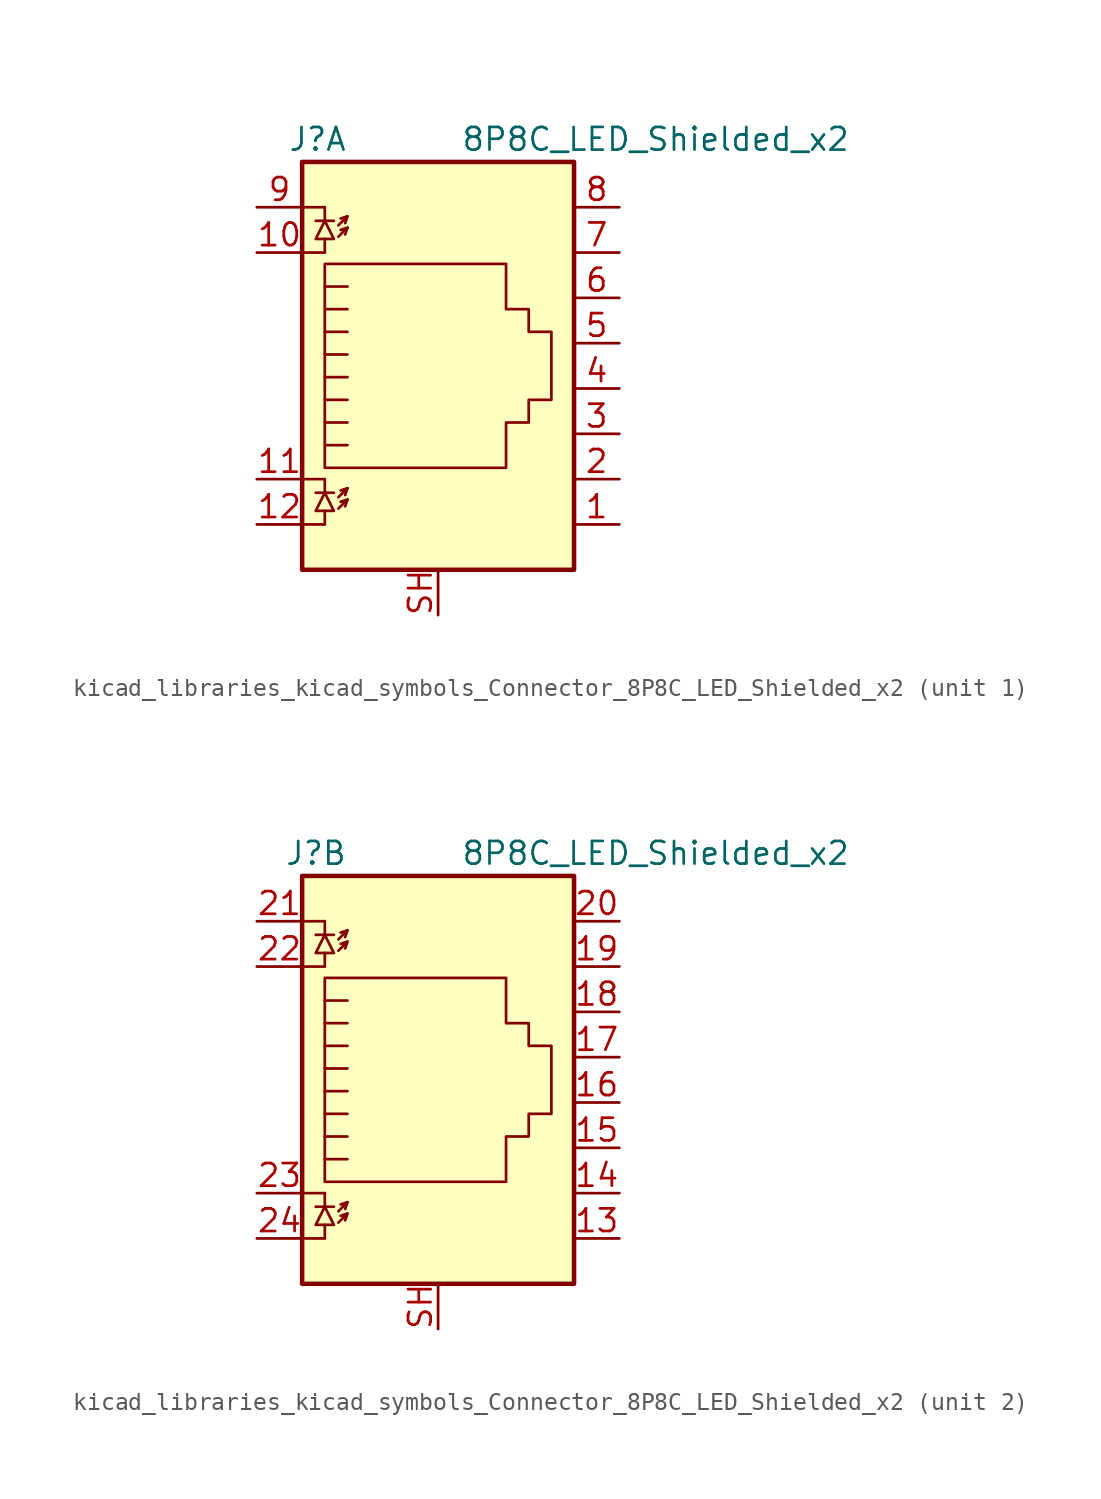
<source format=kicad_sym>
(kicad_symbol_lib
  (version 20220914)
  (generator kicad_symbol_editor)
  (symbol "kicad_libraries_kicad_symbols_Connector_8P8C_LED_Shielded_x2"
    (property "Reference" "J"
      (at -5.08 13.97 0)
      (effects (font (size 1.27 1.27)) (justify right)))
    (property "Value" "8P8C_LED_Shielded_x2"
      (at 1.27 13.97 0)
      (effects (font (size 1.27 1.27)) (justify left)))
    (symbol "kicad_libraries_kicad_symbols_Connector_8P8C_LED_Shielded_x2_0_1"
      (polyline (pts (xy -7.62 -7.62) (xy -6.35 -7.62)) (stroke (width 0) (type default)) (fill (type none)))
      (polyline (pts (xy -7.62 -5.08) (xy -6.35 -5.08)) (stroke (width 0) (type default)) (fill (type none)))
      (polyline (pts (xy -7.62 7.62) (xy -6.35 7.62)) (stroke (width 0) (type default)) (fill (type none)))
      (polyline (pts (xy -7.62 10.16) (xy -6.35 10.16)) (stroke (width 0) (type default)) (fill (type none)))
      (polyline (pts (xy -6.858 -5.842) (xy -5.842 -5.842)) (stroke (width 0) (type default)) (fill (type none)))
      (polyline (pts (xy -6.858 9.398) (xy -5.842 9.398)) (stroke (width 0) (type default)) (fill (type none)))
      (polyline (pts (xy -6.35 -7.62) (xy -6.35 -6.858)) (stroke (width 0) (type default)) (fill (type none)))
      (polyline (pts (xy -6.35 -5.08) (xy -6.35 -5.842)) (stroke (width 0) (type default)) (fill (type none)))
      (polyline (pts (xy -6.35 7.62) (xy -6.35 8.382)) (stroke (width 0) (type default)) (fill (type none)))
      (polyline (pts (xy -6.35 10.16) (xy -6.35 9.398)) (stroke (width 0) (type default)) (fill (type none)))
      (polyline (pts (xy -5.08 -6.223) (xy -5.207 -6.604)) (stroke (width 0) (type default)) (fill (type none)))
      (polyline (pts (xy -5.08 -5.588) (xy -5.207 -5.969)) (stroke (width 0) (type default)) (fill (type none)))
      (polyline (pts (xy -5.08 4.445) (xy -6.35 4.445)) (stroke (width 0) (type default)) (fill (type none)))
      (polyline (pts (xy -5.08 5.715) (xy -6.35 5.715)) (stroke (width 0) (type default)) (fill (type none)))
      (polyline (pts (xy -5.08 9.017) (xy -5.207 8.636)) (stroke (width 0) (type default)) (fill (type none)))
      (polyline (pts (xy -5.08 9.652) (xy -5.207 9.271)) (stroke (width 0) (type default)) (fill (type none)))
      (polyline (pts (xy -6.35 -3.175) (xy -5.08 -3.175) (xy -5.08 -3.175)) (stroke (width 0) (type default)) (fill (type none)))
      (polyline (pts (xy -6.35 -1.905) (xy -5.08 -1.905) (xy -5.08 -1.905)) (stroke (width 0) (type default)) (fill (type none)))
      (polyline (pts (xy -6.35 -0.635) (xy -5.08 -0.635) (xy -5.08 -0.635)) (stroke (width 0) (type default)) (fill (type none)))
      (polyline (pts (xy -6.35 0.635) (xy -5.08 0.635) (xy -5.08 0.635)) (stroke (width 0) (type default)) (fill (type none)))
      (polyline (pts (xy -6.35 1.905) (xy -5.08 1.905) (xy -5.08 1.905)) (stroke (width 0) (type default)) (fill (type none)))
      (polyline (pts (xy -5.588 -6.731) (xy -5.08 -6.223) (xy -5.461 -6.35)) (stroke (width 0) (type default)) (fill (type none)))
      (polyline (pts (xy -5.588 -6.096) (xy -5.08 -5.588) (xy -5.461 -5.715)) (stroke (width 0) (type default)) (fill (type none)))
      (polyline (pts (xy -5.588 8.509) (xy -5.08 9.017) (xy -5.461 8.89)) (stroke (width 0) (type default)) (fill (type none)))
      (polyline (pts (xy -5.588 9.144) (xy -5.08 9.652) (xy -5.461 9.525)) (stroke (width 0) (type default)) (fill (type none)))
      (polyline (pts (xy -5.08 3.175) (xy -6.35 3.175) (xy -6.35 3.175)) (stroke (width 0) (type default)) (fill (type none)))
      (polyline (pts (xy -6.35 -5.842) (xy -6.858 -6.858) (xy -5.842 -6.858) (xy -6.35 -5.842)) (stroke (width 0) (type default)) (fill (type none)))
      (polyline (pts (xy -6.35 9.398) (xy -6.858 8.382) (xy -5.842 8.382) (xy -6.35 9.398)) (stroke (width 0) (type default)) (fill (type none)))
      (polyline (pts (xy -6.35 -4.445) (xy -6.35 6.985) (xy 3.81 6.985) (xy 3.81 4.445) (xy 5.08 4.445) (xy 5.08 3.175) (xy 6.35 3.175) (xy 6.35 -0.635) (xy 5.08 -0.635) (xy 5.08 -1.905) (xy 3.81 -1.905) (xy 3.81 -4.445) (xy -6.35 -4.445) (xy -6.35 -4.445)) (stroke (width 0) (type default)) (fill (type none)))
      (rectangle (start 7.62 12.7) (end -7.62 -10.16) (stroke (width 0.254) (type default)) (fill (type background))))
    (symbol "kicad_libraries_kicad_symbols_Connector_8P8C_LED_Shielded_x2_1_1"
      (pin passive line (at 10.16 -7.62 180) (length 2.54) (name "~" (effects (font (size 1.27 1.27)))) (number "1" (effects (font (size 1.27 1.27)))))
      (pin passive line (at -10.16 7.62 0) (length 2.54) (name "~" (effects (font (size 1.27 1.27)))) (number "10" (effects (font (size 1.27 1.27)))))
      (pin passive line (at -10.16 -5.08 0) (length 2.54) (name "~" (effects (font (size 1.27 1.27)))) (number "11" (effects (font (size 1.27 1.27)))))
      (pin passive line (at -10.16 -7.62 0) (length 2.54) (name "~" (effects (font (size 1.27 1.27)))) (number "12" (effects (font (size 1.27 1.27)))))
      (pin passive line (at 10.16 -5.08 180) (length 2.54) (name "~" (effects (font (size 1.27 1.27)))) (number "2" (effects (font (size 1.27 1.27)))))
      (pin passive line (at 10.16 -2.54 180) (length 2.54) (name "~" (effects (font (size 1.27 1.27)))) (number "3" (effects (font (size 1.27 1.27)))))
      (pin passive line (at 10.16 0 180) (length 2.54) (name "~" (effects (font (size 1.27 1.27)))) (number "4" (effects (font (size 1.27 1.27)))))
      (pin passive line (at 10.16 2.54 180) (length 2.54) (name "~" (effects (font (size 1.27 1.27)))) (number "5" (effects (font (size 1.27 1.27)))))
      (pin passive line (at 10.16 5.08 180) (length 2.54) (name "~" (effects (font (size 1.27 1.27)))) (number "6" (effects (font (size 1.27 1.27)))))
      (pin passive line (at 10.16 7.62 180) (length 2.54) (name "~" (effects (font (size 1.27 1.27)))) (number "7" (effects (font (size 1.27 1.27)))))
      (pin passive line (at 10.16 10.16 180) (length 2.54) (name "~" (effects (font (size 1.27 1.27)))) (number "8" (effects (font (size 1.27 1.27)))))
      (pin passive line (at -10.16 10.16 0) (length 2.54) (name "~" (effects (font (size 1.27 1.27)))) (number "9" (effects (font (size 1.27 1.27)))))
      (pin passive line (at 0 -12.7 90) (length 2.54) (name "~" (effects (font (size 1.27 1.27)))) (number "SH" (effects (font (size 1.27 1.27))))))
    (symbol "kicad_libraries_kicad_symbols_Connector_8P8C_LED_Shielded_x2_2_1"
      (pin passive line (at 10.16 -7.62 180) (length 2.54) (name "~" (effects (font (size 1.27 1.27)))) (number "13" (effects (font (size 1.27 1.27)))))
      (pin passive line (at 10.16 -5.08 180) (length 2.54) (name "~" (effects (font (size 1.27 1.27)))) (number "14" (effects (font (size 1.27 1.27)))))
      (pin passive line (at 10.16 -2.54 180) (length 2.54) (name "~" (effects (font (size 1.27 1.27)))) (number "15" (effects (font (size 1.27 1.27)))))
      (pin passive line (at 10.16 0 180) (length 2.54) (name "~" (effects (font (size 1.27 1.27)))) (number "16" (effects (font (size 1.27 1.27)))))
      (pin passive line (at 10.16 2.54 180) (length 2.54) (name "~" (effects (font (size 1.27 1.27)))) (number "17" (effects (font (size 1.27 1.27)))))
      (pin passive line (at 10.16 5.08 180) (length 2.54) (name "~" (effects (font (size 1.27 1.27)))) (number "18" (effects (font (size 1.27 1.27)))))
      (pin passive line (at 10.16 7.62 180) (length 2.54) (name "~" (effects (font (size 1.27 1.27)))) (number "19" (effects (font (size 1.27 1.27)))))
      (pin passive line (at 10.16 10.16 180) (length 2.54) (name "~" (effects (font (size 1.27 1.27)))) (number "20" (effects (font (size 1.27 1.27)))))
      (pin passive line (at -10.16 10.16 0) (length 2.54) (name "~" (effects (font (size 1.27 1.27)))) (number "21" (effects (font (size 1.27 1.27)))))
      (pin passive line (at -10.16 7.62 0) (length 2.54) (name "~" (effects (font (size 1.27 1.27)))) (number "22" (effects (font (size 1.27 1.27)))))
      (pin passive line (at -10.16 -5.08 0) (length 2.54) (name "~" (effects (font (size 1.27 1.27)))) (number "23" (effects (font (size 1.27 1.27)))))
      (pin passive line (at -10.16 -7.62 0) (length 2.54) (name "~" (effects (font (size 1.27 1.27)))) (number "24" (effects (font (size 1.27 1.27)))))
      (pin passive line (at 0 -12.7 90) (length 2.54) (name "~" (effects (font (size 1.27 1.27)))) (number "SH" (effects (font (size 1.27 1.27))))))))
</source>
